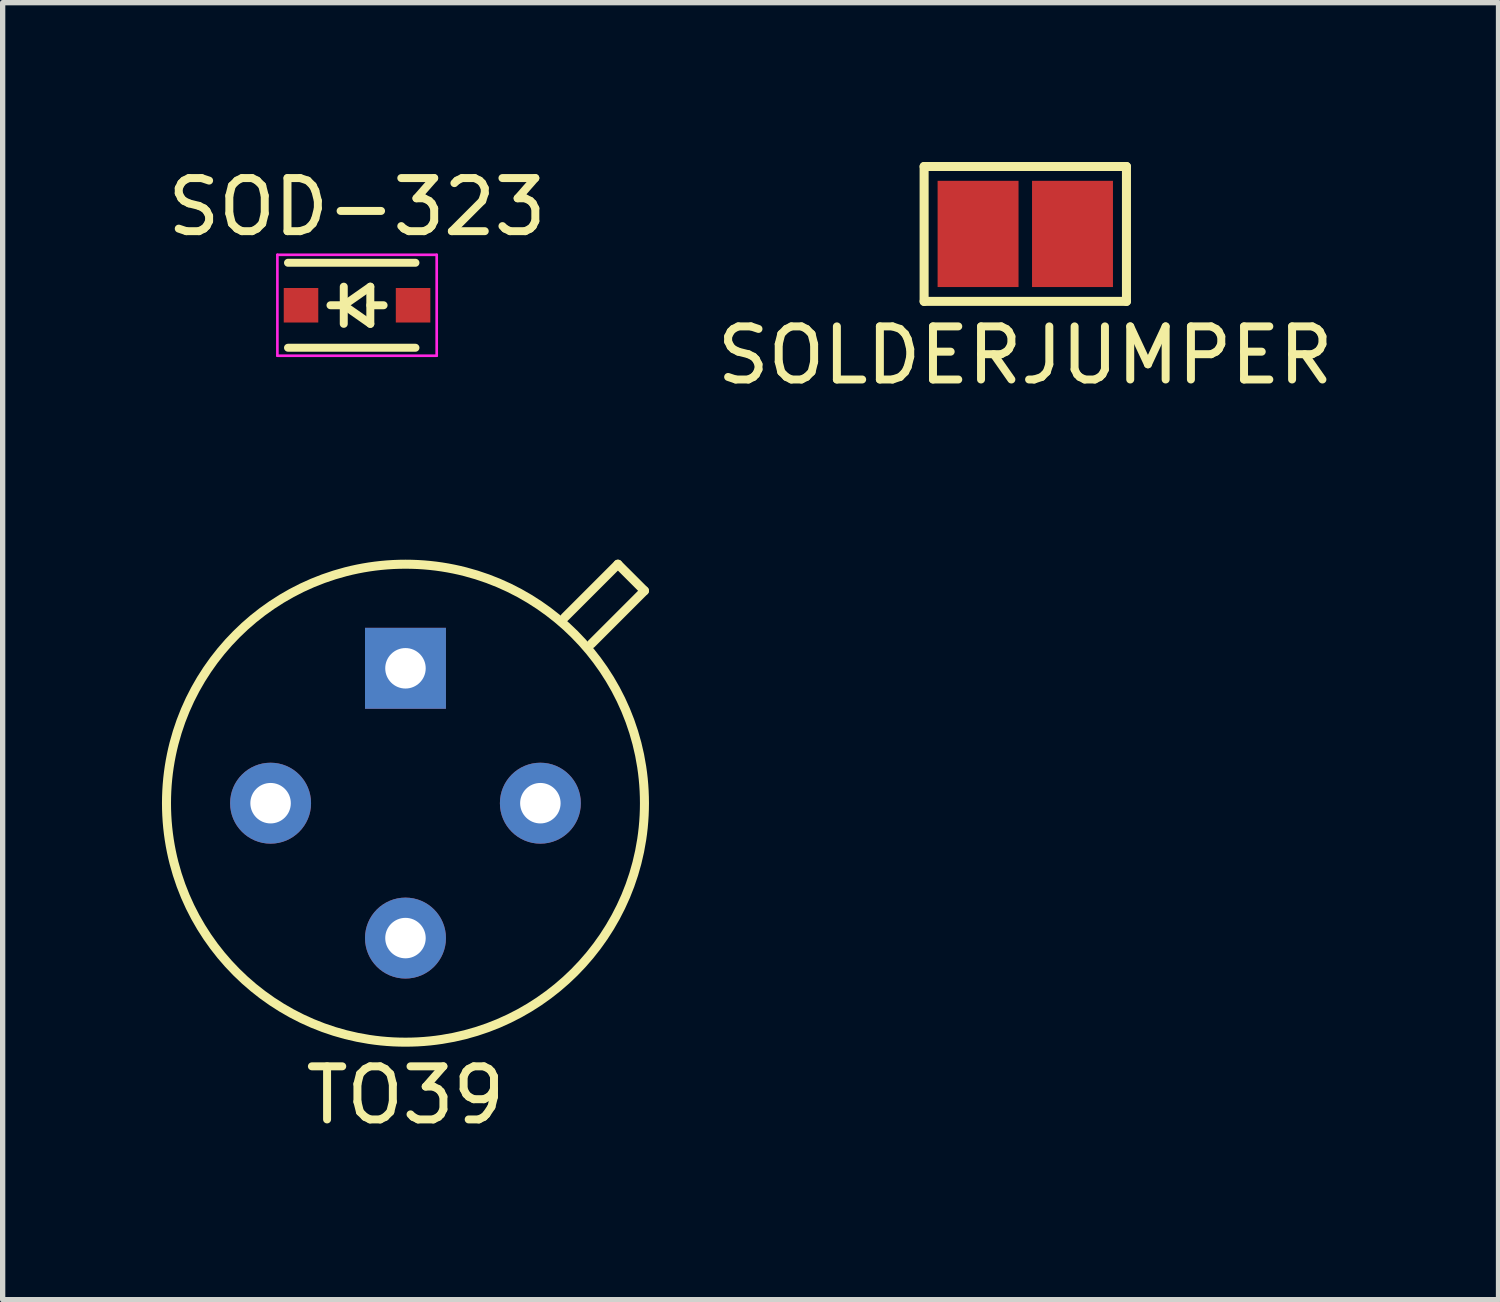
<source format=kicad_pcb>
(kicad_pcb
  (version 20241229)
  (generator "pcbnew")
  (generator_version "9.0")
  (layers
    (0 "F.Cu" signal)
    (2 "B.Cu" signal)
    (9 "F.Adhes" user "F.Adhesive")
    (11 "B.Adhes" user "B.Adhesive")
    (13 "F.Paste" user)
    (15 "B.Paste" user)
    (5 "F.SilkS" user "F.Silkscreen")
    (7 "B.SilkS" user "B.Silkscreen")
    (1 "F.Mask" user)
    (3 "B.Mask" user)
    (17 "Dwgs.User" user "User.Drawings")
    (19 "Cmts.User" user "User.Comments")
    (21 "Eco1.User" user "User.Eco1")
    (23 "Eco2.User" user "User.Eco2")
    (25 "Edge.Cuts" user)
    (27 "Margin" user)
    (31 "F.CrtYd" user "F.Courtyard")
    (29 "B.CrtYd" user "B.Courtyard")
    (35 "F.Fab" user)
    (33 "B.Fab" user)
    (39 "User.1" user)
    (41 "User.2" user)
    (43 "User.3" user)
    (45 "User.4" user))
  (footprint "TO39"
    (layer "F.Cu")
    (at 4.585 12.074)
    (property "Reference" "TO39" (at 0 5.5 0) (layer "F.SilkS") (effects (font (size 1 1) (thickness 0.15))))
    (attr through_hole)
    (fp_line (start 3 -3.5) (end 4 -4.5) (stroke (width 0.17) (type solid)) (layer "F.SilkS"))
    (fp_line (start 4 -4.5) (end 4.5 -4) (stroke (width 0.17) (type solid)) (layer "F.SilkS"))
    (fp_line (start 4.5 -4) (end 3.5 -3) (stroke (width 0.17) (type solid)) (layer "F.SilkS"))
    (fp_circle (center 0 0) (end 4.5 0) (stroke (width 0.17) (type solid)) (fill no) (layer "F.SilkS"))
    (pad "1" thru_hole rect (at 0 -2.54) (size 1.524 1.524) (drill 0.762) (layers "*.Cu" "*.Mask"))
    (pad "2" thru_hole circle (at -2.54 0) (size 1.524 1.524) (drill 0.762) (layers "*.Cu" "*.Mask"))
    (pad "3" thru_hole circle (at 0 2.54) (size 1.524 1.524) (drill 0.762) (layers "*.Cu" "*.Mask"))
    (pad "4" thru_hole circle (at 2.54 0) (size 1.524 1.524) (drill 0.762) (layers "*.Cu" "*.Mask")))
  (footprint "SOD-323"
    (layer "F.Cu")
    (at 3.673 2.698)
    (property "Reference" "SOD-323" (at 0 -1.85 0) (layer "F.SilkS") (effects (font (size 1 1) (thickness 0.15))))
    (attr smd)
    (fp_line (start -1.3 -0.8) (end 1.1 -0.8) (stroke (width 0.15) (type solid)) (layer "F.SilkS"))
    (fp_line (start -1.3 0.8) (end 1.1 0.8) (stroke (width 0.15) (type solid)) (layer "F.SilkS"))
    (fp_line (start -0.25 -0.35) (end -0.25 0.35) (stroke (width 0.15) (type solid)) (layer "F.SilkS"))
    (fp_line (start -0.25 0) (end -0.5 0) (stroke (width 0.15) (type solid)) (layer "F.SilkS"))
    (fp_line (start -0.25 0) (end 0.25 -0.35) (stroke (width 0.15) (type solid)) (layer "F.SilkS"))
    (fp_line (start 0.25 -0.35) (end 0.25 0.35) (stroke (width 0.15) (type solid)) (layer "F.SilkS"))
    (fp_line (start 0.25 0) (end 0.5 0) (stroke (width 0.15) (type solid)) (layer "F.SilkS"))
    (fp_line (start 0.25 0.35) (end -0.25 0) (stroke (width 0.15) (type solid)) (layer "F.SilkS"))
    (fp_line (start -1.5 -0.95) (end -1.5 0.95) (stroke (width 0.05) (type solid)) (layer "F.CrtYd"))
    (fp_line (start -1.5 -0.95) (end 1.5 -0.95) (stroke (width 0.05) (type solid)) (layer "F.CrtYd"))
    (fp_line (start -1.5 0.95) (end 1.5 0.95) (stroke (width 0.05) (type solid)) (layer "F.CrtYd"))
    (fp_line (start 1.5 -0.95) (end 1.5 0.95) (stroke (width 0.05) (type solid)) (layer "F.CrtYd"))
    (pad "1" smd rect (at -1.055 0) (size 0.65 0.65) (layers "F.Cu" "F.Mask" "F.Paste"))
    (pad "2" smd rect (at 1.055 0) (size 0.65 0.65) (layers "F.Cu" "F.Mask" "F.Paste")))
  (footprint "SOLDERJUMPER"
    (layer "F.Cu")
    (at 16.256 1.355)
    (property "Reference" "SOLDERJUMPER" (at 0 2.286 0) (layer "F.SilkS") (effects (font (size 1 1) (thickness 0.15))))
    (attr through_hole)
    (fp_line (start -1.905 -1.27) (end -1.143 -1.27) (stroke (width 0.17) (type solid)) (layer "F.SilkS"))
    (fp_line (start -1.905 1.27) (end -1.905 -1.27) (stroke (width 0.17) (type solid)) (layer "F.SilkS"))
    (fp_line (start -1.905 1.27) (end 1.905 1.27) (stroke (width 0.17) (type solid)) (layer "F.SilkS"))
    (fp_line (start -1.397 -1.27) (end 1.905 -1.27) (stroke (width 0.17) (type solid)) (layer "F.SilkS"))
    (fp_line (start 1.905 -1.27) (end 1.905 1.27) (stroke (width 0.17) (type solid)) (layer "F.SilkS"))
    (pad "1" smd rect (at -0.889 0) (size 1.524 2) (layers "F.Cu" "F.Mask" "F.Paste"))
    (pad "2" smd rect (at 0.889 0) (size 1.524 2) (layers "F.Cu" "F.Mask" "F.Paste")))
  (gr_rect
    (start -3 -3)
    (end 25.167 21.422)
    (stroke (width 0.1) (type default))
    (fill no)
    (layer "Edge.Cuts")))
</source>
